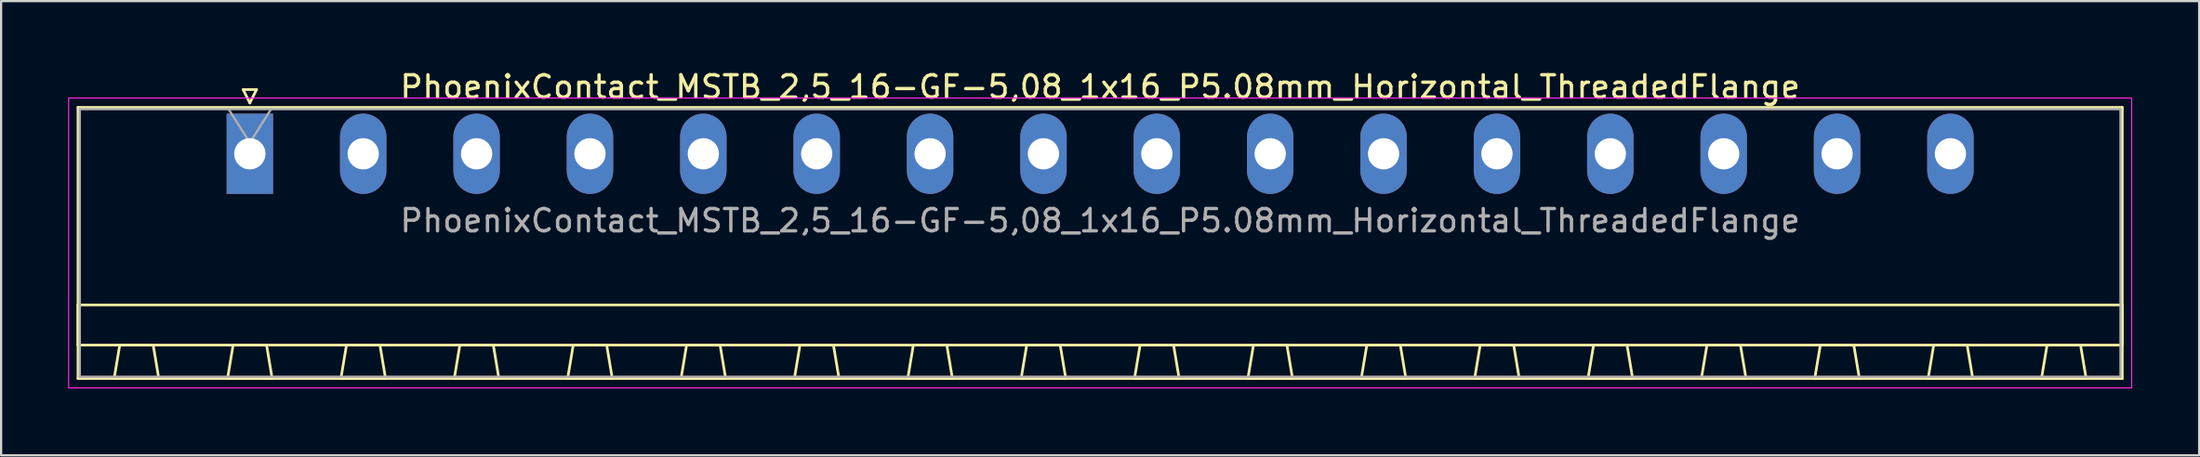
<source format=kicad_pcb>
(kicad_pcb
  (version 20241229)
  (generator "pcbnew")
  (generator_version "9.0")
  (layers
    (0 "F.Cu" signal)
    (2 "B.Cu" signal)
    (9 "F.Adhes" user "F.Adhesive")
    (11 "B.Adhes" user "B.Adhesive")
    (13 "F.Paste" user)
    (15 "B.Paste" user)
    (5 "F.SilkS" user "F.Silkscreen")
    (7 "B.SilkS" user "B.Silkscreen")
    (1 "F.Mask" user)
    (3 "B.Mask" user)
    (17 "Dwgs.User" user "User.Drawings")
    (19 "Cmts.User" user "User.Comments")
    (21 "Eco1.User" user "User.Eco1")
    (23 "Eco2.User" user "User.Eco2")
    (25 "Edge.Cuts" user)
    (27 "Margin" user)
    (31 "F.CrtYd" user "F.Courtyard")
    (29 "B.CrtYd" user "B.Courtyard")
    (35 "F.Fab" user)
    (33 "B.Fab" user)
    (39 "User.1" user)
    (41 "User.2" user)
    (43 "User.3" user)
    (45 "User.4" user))
  (footprint "PhoenixContact_MSTB_2,5_16-GF-5,08_1x16_P5.08mm_Horizontal_ThreadedFlange"
    (layer "F.Cu")
    (at 8.145 3.848)
    (property "Reference" "PhoenixContact_MSTB_2,5_16-GF-5,08_1x16_P5.08mm_Horizontal_ThreadedFlange" (at 38.1 -3 0) (layer "F.SilkS") (effects (font (size 1 1) (thickness 0.15))))
    (attr through_hole)
    (fp_line (start -7.7 -2.08) (end -7.7 10.08) (stroke (width 0.12) (type solid)) (layer "F.SilkS"))
    (fp_line (start -7.7 6.78) (end 83.9 6.78) (stroke (width 0.12) (type solid)) (layer "F.SilkS"))
    (fp_line (start -7.7 8.58) (end -7.7 6.78) (stroke (width 0.12) (type solid)) (layer "F.SilkS"))
    (fp_line (start -7.7 10.08) (end 83.9 10.08) (stroke (width 0.12) (type solid)) (layer "F.SilkS"))
    (fp_line (start -6.08 10.08) (end -4.08 10.08) (stroke (width 0.12) (type solid)) (layer "F.SilkS"))
    (fp_line (start -5.83 8.58) (end -6.08 10.08) (stroke (width 0.12) (type solid)) (layer "F.SilkS"))
    (fp_line (start -4.33 8.58) (end -5.83 8.58) (stroke (width 0.12) (type solid)) (layer "F.SilkS"))
    (fp_line (start -4.08 10.08) (end -4.33 8.58) (stroke (width 0.12) (type solid)) (layer "F.SilkS"))
    (fp_line (start -1 10.08) (end 1 10.08) (stroke (width 0.12) (type solid)) (layer "F.SilkS"))
    (fp_line (start -0.75 8.58) (end -1 10.08) (stroke (width 0.12) (type solid)) (layer "F.SilkS"))
    (fp_line (start -0.3 -2.88) (end 0.3 -2.88) (stroke (width 0.12) (type solid)) (layer "F.SilkS"))
    (fp_line (start 0 -2.28) (end -0.3 -2.88) (stroke (width 0.12) (type solid)) (layer "F.SilkS"))
    (fp_line (start 0.3 -2.88) (end 0 -2.28) (stroke (width 0.12) (type solid)) (layer "F.SilkS"))
    (fp_line (start 0.75 8.58) (end -0.75 8.58) (stroke (width 0.12) (type solid)) (layer "F.SilkS"))
    (fp_line (start 1 10.08) (end 0.75 8.58) (stroke (width 0.12) (type solid)) (layer "F.SilkS"))
    (fp_line (start 4.08 10.08) (end 6.08 10.08) (stroke (width 0.12) (type solid)) (layer "F.SilkS"))
    (fp_line (start 4.33 8.58) (end 4.08 10.08) (stroke (width 0.12) (type solid)) (layer "F.SilkS"))
    (fp_line (start 5.83 8.58) (end 4.33 8.58) (stroke (width 0.12) (type solid)) (layer "F.SilkS"))
    (fp_line (start 6.08 10.08) (end 5.83 8.58) (stroke (width 0.12) (type solid)) (layer "F.SilkS"))
    (fp_line (start 9.16 10.08) (end 11.16 10.08) (stroke (width 0.12) (type solid)) (layer "F.SilkS"))
    (fp_line (start 9.41 8.58) (end 9.16 10.08) (stroke (width 0.12) (type solid)) (layer "F.SilkS"))
    (fp_line (start 10.91 8.58) (end 9.41 8.58) (stroke (width 0.12) (type solid)) (layer "F.SilkS"))
    (fp_line (start 11.16 10.08) (end 10.91 8.58) (stroke (width 0.12) (type solid)) (layer "F.SilkS"))
    (fp_line (start 14.24 10.08) (end 16.24 10.08) (stroke (width 0.12) (type solid)) (layer "F.SilkS"))
    (fp_line (start 14.49 8.58) (end 14.24 10.08) (stroke (width 0.12) (type solid)) (layer "F.SilkS"))
    (fp_line (start 15.99 8.58) (end 14.49 8.58) (stroke (width 0.12) (type solid)) (layer "F.SilkS"))
    (fp_line (start 16.24 10.08) (end 15.99 8.58) (stroke (width 0.12) (type solid)) (layer "F.SilkS"))
    (fp_line (start 19.32 10.08) (end 21.32 10.08) (stroke (width 0.12) (type solid)) (layer "F.SilkS"))
    (fp_line (start 19.57 8.58) (end 19.32 10.08) (stroke (width 0.12) (type solid)) (layer "F.SilkS"))
    (fp_line (start 21.07 8.58) (end 19.57 8.58) (stroke (width 0.12) (type solid)) (layer "F.SilkS"))
    (fp_line (start 21.32 10.08) (end 21.07 8.58) (stroke (width 0.12) (type solid)) (layer "F.SilkS"))
    (fp_line (start 24.4 10.08) (end 26.4 10.08) (stroke (width 0.12) (type solid)) (layer "F.SilkS"))
    (fp_line (start 24.65 8.58) (end 24.4 10.08) (stroke (width 0.12) (type solid)) (layer "F.SilkS"))
    (fp_line (start 26.15 8.58) (end 24.65 8.58) (stroke (width 0.12) (type solid)) (layer "F.SilkS"))
    (fp_line (start 26.4 10.08) (end 26.15 8.58) (stroke (width 0.12) (type solid)) (layer "F.SilkS"))
    (fp_line (start 29.48 10.08) (end 31.48 10.08) (stroke (width 0.12) (type solid)) (layer "F.SilkS"))
    (fp_line (start 29.73 8.58) (end 29.48 10.08) (stroke (width 0.12) (type solid)) (layer "F.SilkS"))
    (fp_line (start 31.23 8.58) (end 29.73 8.58) (stroke (width 0.12) (type solid)) (layer "F.SilkS"))
    (fp_line (start 31.48 10.08) (end 31.23 8.58) (stroke (width 0.12) (type solid)) (layer "F.SilkS"))
    (fp_line (start 34.56 10.08) (end 36.56 10.08) (stroke (width 0.12) (type solid)) (layer "F.SilkS"))
    (fp_line (start 34.81 8.58) (end 34.56 10.08) (stroke (width 0.12) (type solid)) (layer "F.SilkS"))
    (fp_line (start 36.31 8.58) (end 34.81 8.58) (stroke (width 0.12) (type solid)) (layer "F.SilkS"))
    (fp_line (start 36.56 10.08) (end 36.31 8.58) (stroke (width 0.12) (type solid)) (layer "F.SilkS"))
    (fp_line (start 39.64 10.08) (end 41.64 10.08) (stroke (width 0.12) (type solid)) (layer "F.SilkS"))
    (fp_line (start 39.89 8.58) (end 39.64 10.08) (stroke (width 0.12) (type solid)) (layer "F.SilkS"))
    (fp_line (start 41.39 8.58) (end 39.89 8.58) (stroke (width 0.12) (type solid)) (layer "F.SilkS"))
    (fp_line (start 41.64 10.08) (end 41.39 8.58) (stroke (width 0.12) (type solid)) (layer "F.SilkS"))
    (fp_line (start 44.72 10.08) (end 46.72 10.08) (stroke (width 0.12) (type solid)) (layer "F.SilkS"))
    (fp_line (start 44.97 8.58) (end 44.72 10.08) (stroke (width 0.12) (type solid)) (layer "F.SilkS"))
    (fp_line (start 46.47 8.58) (end 44.97 8.58) (stroke (width 0.12) (type solid)) (layer "F.SilkS"))
    (fp_line (start 46.72 10.08) (end 46.47 8.58) (stroke (width 0.12) (type solid)) (layer "F.SilkS"))
    (fp_line (start 49.8 10.08) (end 51.8 10.08) (stroke (width 0.12) (type solid)) (layer "F.SilkS"))
    (fp_line (start 50.05 8.58) (end 49.8 10.08) (stroke (width 0.12) (type solid)) (layer "F.SilkS"))
    (fp_line (start 51.55 8.58) (end 50.05 8.58) (stroke (width 0.12) (type solid)) (layer "F.SilkS"))
    (fp_line (start 51.8 10.08) (end 51.55 8.58) (stroke (width 0.12) (type solid)) (layer "F.SilkS"))
    (fp_line (start 54.88 10.08) (end 56.88 10.08) (stroke (width 0.12) (type solid)) (layer "F.SilkS"))
    (fp_line (start 55.13 8.58) (end 54.88 10.08) (stroke (width 0.12) (type solid)) (layer "F.SilkS"))
    (fp_line (start 56.63 8.58) (end 55.13 8.58) (stroke (width 0.12) (type solid)) (layer "F.SilkS"))
    (fp_line (start 56.88 10.08) (end 56.63 8.58) (stroke (width 0.12) (type solid)) (layer "F.SilkS"))
    (fp_line (start 59.96 10.08) (end 61.96 10.08) (stroke (width 0.12) (type solid)) (layer "F.SilkS"))
    (fp_line (start 60.21 8.58) (end 59.96 10.08) (stroke (width 0.12) (type solid)) (layer "F.SilkS"))
    (fp_line (start 61.71 8.58) (end 60.21 8.58) (stroke (width 0.12) (type solid)) (layer "F.SilkS"))
    (fp_line (start 61.96 10.08) (end 61.71 8.58) (stroke (width 0.12) (type solid)) (layer "F.SilkS"))
    (fp_line (start 65.04 10.08) (end 67.04 10.08) (stroke (width 0.12) (type solid)) (layer "F.SilkS"))
    (fp_line (start 65.29 8.58) (end 65.04 10.08) (stroke (width 0.12) (type solid)) (layer "F.SilkS"))
    (fp_line (start 66.79 8.58) (end 65.29 8.58) (stroke (width 0.12) (type solid)) (layer "F.SilkS"))
    (fp_line (start 67.04 10.08) (end 66.79 8.58) (stroke (width 0.12) (type solid)) (layer "F.SilkS"))
    (fp_line (start 70.12 10.08) (end 72.12 10.08) (stroke (width 0.12) (type solid)) (layer "F.SilkS"))
    (fp_line (start 70.37 8.58) (end 70.12 10.08) (stroke (width 0.12) (type solid)) (layer "F.SilkS"))
    (fp_line (start 71.87 8.58) (end 70.37 8.58) (stroke (width 0.12) (type solid)) (layer "F.SilkS"))
    (fp_line (start 72.12 10.08) (end 71.87 8.58) (stroke (width 0.12) (type solid)) (layer "F.SilkS"))
    (fp_line (start 75.2 10.08) (end 77.2 10.08) (stroke (width 0.12) (type solid)) (layer "F.SilkS"))
    (fp_line (start 75.45 8.58) (end 75.2 10.08) (stroke (width 0.12) (type solid)) (layer "F.SilkS"))
    (fp_line (start 76.95 8.58) (end 75.45 8.58) (stroke (width 0.12) (type solid)) (layer "F.SilkS"))
    (fp_line (start 77.2 10.08) (end 76.95 8.58) (stroke (width 0.12) (type solid)) (layer "F.SilkS"))
    (fp_line (start 80.28 10.08) (end 82.28 10.08) (stroke (width 0.12) (type solid)) (layer "F.SilkS"))
    (fp_line (start 80.53 8.58) (end 80.28 10.08) (stroke (width 0.12) (type solid)) (layer "F.SilkS"))
    (fp_line (start 82.03 8.58) (end 80.53 8.58) (stroke (width 0.12) (type solid)) (layer "F.SilkS"))
    (fp_line (start 82.28 10.08) (end 82.03 8.58) (stroke (width 0.12) (type solid)) (layer "F.SilkS"))
    (fp_line (start 83.9 -2.08) (end -7.7 -2.08) (stroke (width 0.12) (type solid)) (layer "F.SilkS"))
    (fp_line (start 83.9 6.78) (end 83.9 8.58) (stroke (width 0.12) (type solid)) (layer "F.SilkS"))
    (fp_line (start 83.9 8.58) (end -7.7 8.58) (stroke (width 0.12) (type solid)) (layer "F.SilkS"))
    (fp_line (start 83.9 10.08) (end 83.9 -2.08) (stroke (width 0.12) (type solid)) (layer "F.SilkS"))
    (fp_line (start -8.12 -2.5) (end -8.12 10.5) (stroke (width 0.05) (type solid)) (layer "F.CrtYd"))
    (fp_line (start -8.12 10.5) (end 84.32 10.5) (stroke (width 0.05) (type solid)) (layer "F.CrtYd"))
    (fp_line (start 84.32 -2.5) (end -8.12 -2.5) (stroke (width 0.05) (type solid)) (layer "F.CrtYd"))
    (fp_line (start 84.32 10.5) (end 84.32 -2.5) (stroke (width 0.05) (type solid)) (layer "F.CrtYd"))
    (fp_line (start -7.62 -2) (end -7.62 10) (stroke (width 0.1) (type solid)) (layer "F.Fab"))
    (fp_line (start -7.62 10) (end 83.82 10) (stroke (width 0.1) (type solid)) (layer "F.Fab"))
    (fp_line (start 0 -0.5) (end -0.95 -2) (stroke (width 0.1) (type solid)) (layer "F.Fab"))
    (fp_line (start 0.95 -2) (end 0 -0.5) (stroke (width 0.1) (type solid)) (layer "F.Fab"))
    (fp_line (start 83.82 -2) (end -7.62 -2) (stroke (width 0.1) (type solid)) (layer "F.Fab"))
    (fp_line (start 83.82 10) (end 83.82 -2) (stroke (width 0.1) (type solid)) (layer "F.Fab"))
    (fp_text user "${REFERENCE}" (at 38.1 3 0) (layer "F.Fab") (effects (font (size 1 1) (thickness 0.15))))
    (pad "1" thru_hole rect (at 0 0) (size 2.08 3.6) (drill 1.4) (layers "*.Cu" "*.Mask"))
    (pad "2" thru_hole oval (at 5.08 0) (size 2.08 3.6) (drill 1.4) (layers "*.Cu" "*.Mask"))
    (pad "3" thru_hole oval (at 10.16 0) (size 2.08 3.6) (drill 1.4) (layers "*.Cu" "*.Mask"))
    (pad "4" thru_hole oval (at 15.24 0) (size 2.08 3.6) (drill 1.4) (layers "*.Cu" "*.Mask"))
    (pad "5" thru_hole oval (at 20.32 0) (size 2.08 3.6) (drill 1.4) (layers "*.Cu" "*.Mask"))
    (pad "6" thru_hole oval (at 25.4 0) (size 2.08 3.6) (drill 1.4) (layers "*.Cu" "*.Mask"))
    (pad "7" thru_hole oval (at 30.48 0) (size 2.08 3.6) (drill 1.4) (layers "*.Cu" "*.Mask"))
    (pad "8" thru_hole oval (at 35.56 0) (size 2.08 3.6) (drill 1.4) (layers "*.Cu" "*.Mask"))
    (pad "9" thru_hole oval (at 40.64 0) (size 2.08 3.6) (drill 1.4) (layers "*.Cu" "*.Mask"))
    (pad "10" thru_hole oval (at 45.72 0) (size 2.08 3.6) (drill 1.4) (layers "*.Cu" "*.Mask"))
    (pad "11" thru_hole oval (at 50.8 0) (size 2.08 3.6) (drill 1.4) (layers "*.Cu" "*.Mask"))
    (pad "12" thru_hole oval (at 55.88 0) (size 2.08 3.6) (drill 1.4) (layers "*.Cu" "*.Mask"))
    (pad "13" thru_hole oval (at 60.96 0) (size 2.08 3.6) (drill 1.4) (layers "*.Cu" "*.Mask"))
    (pad "14" thru_hole oval (at 66.04 0) (size 2.08 3.6) (drill 1.4) (layers "*.Cu" "*.Mask"))
    (pad "15" thru_hole oval (at 71.12 0) (size 2.08 3.6) (drill 1.4) (layers "*.Cu" "*.Mask"))
    (pad "16" thru_hole oval (at 76.2 0) (size 2.08 3.6) (drill 1.4) (layers "*.Cu" "*.Mask")))
  (gr_rect
    (start -3 -3)
    (end 95.49 17.373)
    (stroke (width 0.1) (type default))
    (fill no)
    (layer "Edge.Cuts")))
</source>
